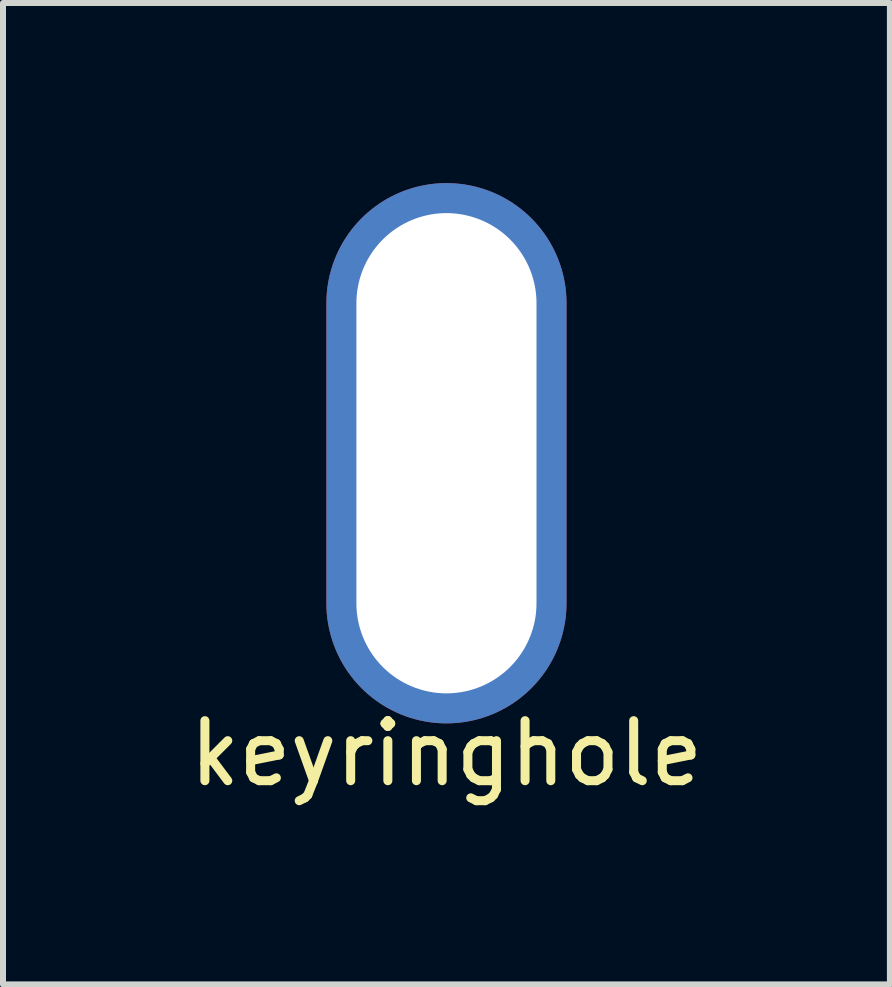
<source format=kicad_pcb>
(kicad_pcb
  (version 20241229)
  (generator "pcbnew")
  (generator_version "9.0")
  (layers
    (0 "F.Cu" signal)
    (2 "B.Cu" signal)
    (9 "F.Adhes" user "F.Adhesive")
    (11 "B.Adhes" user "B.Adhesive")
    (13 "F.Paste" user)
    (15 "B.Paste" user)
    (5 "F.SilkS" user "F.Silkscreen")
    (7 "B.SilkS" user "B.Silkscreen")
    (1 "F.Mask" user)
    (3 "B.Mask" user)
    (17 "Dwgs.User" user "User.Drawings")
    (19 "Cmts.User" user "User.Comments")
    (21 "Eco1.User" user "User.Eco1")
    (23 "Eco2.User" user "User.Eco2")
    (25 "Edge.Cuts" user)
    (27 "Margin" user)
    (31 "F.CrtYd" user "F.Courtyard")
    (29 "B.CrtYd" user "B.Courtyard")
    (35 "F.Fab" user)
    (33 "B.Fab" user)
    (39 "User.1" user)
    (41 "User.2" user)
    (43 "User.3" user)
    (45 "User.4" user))
  (footprint "keyringhole"
    (layer "F.Cu")
    (at 4.387 4.5)
    (property "Reference" "keyringhole" (at 0 5 0) (unlocked yes) (layer "F.SilkS") (effects (font (size 1 1) (thickness 0.15))))
    (attr through_hole)
    (pad "2" thru_hole oval (at 0 0) (size 4 9) (drill oval 3 8) (layers "*.Cu" "*.Mask")))
  (gr_rect
    (start -3 -3)
    (end 11.774 13.348)
    (stroke (width 0.1) (type default))
    (fill no)
    (layer "Edge.Cuts")))
</source>
